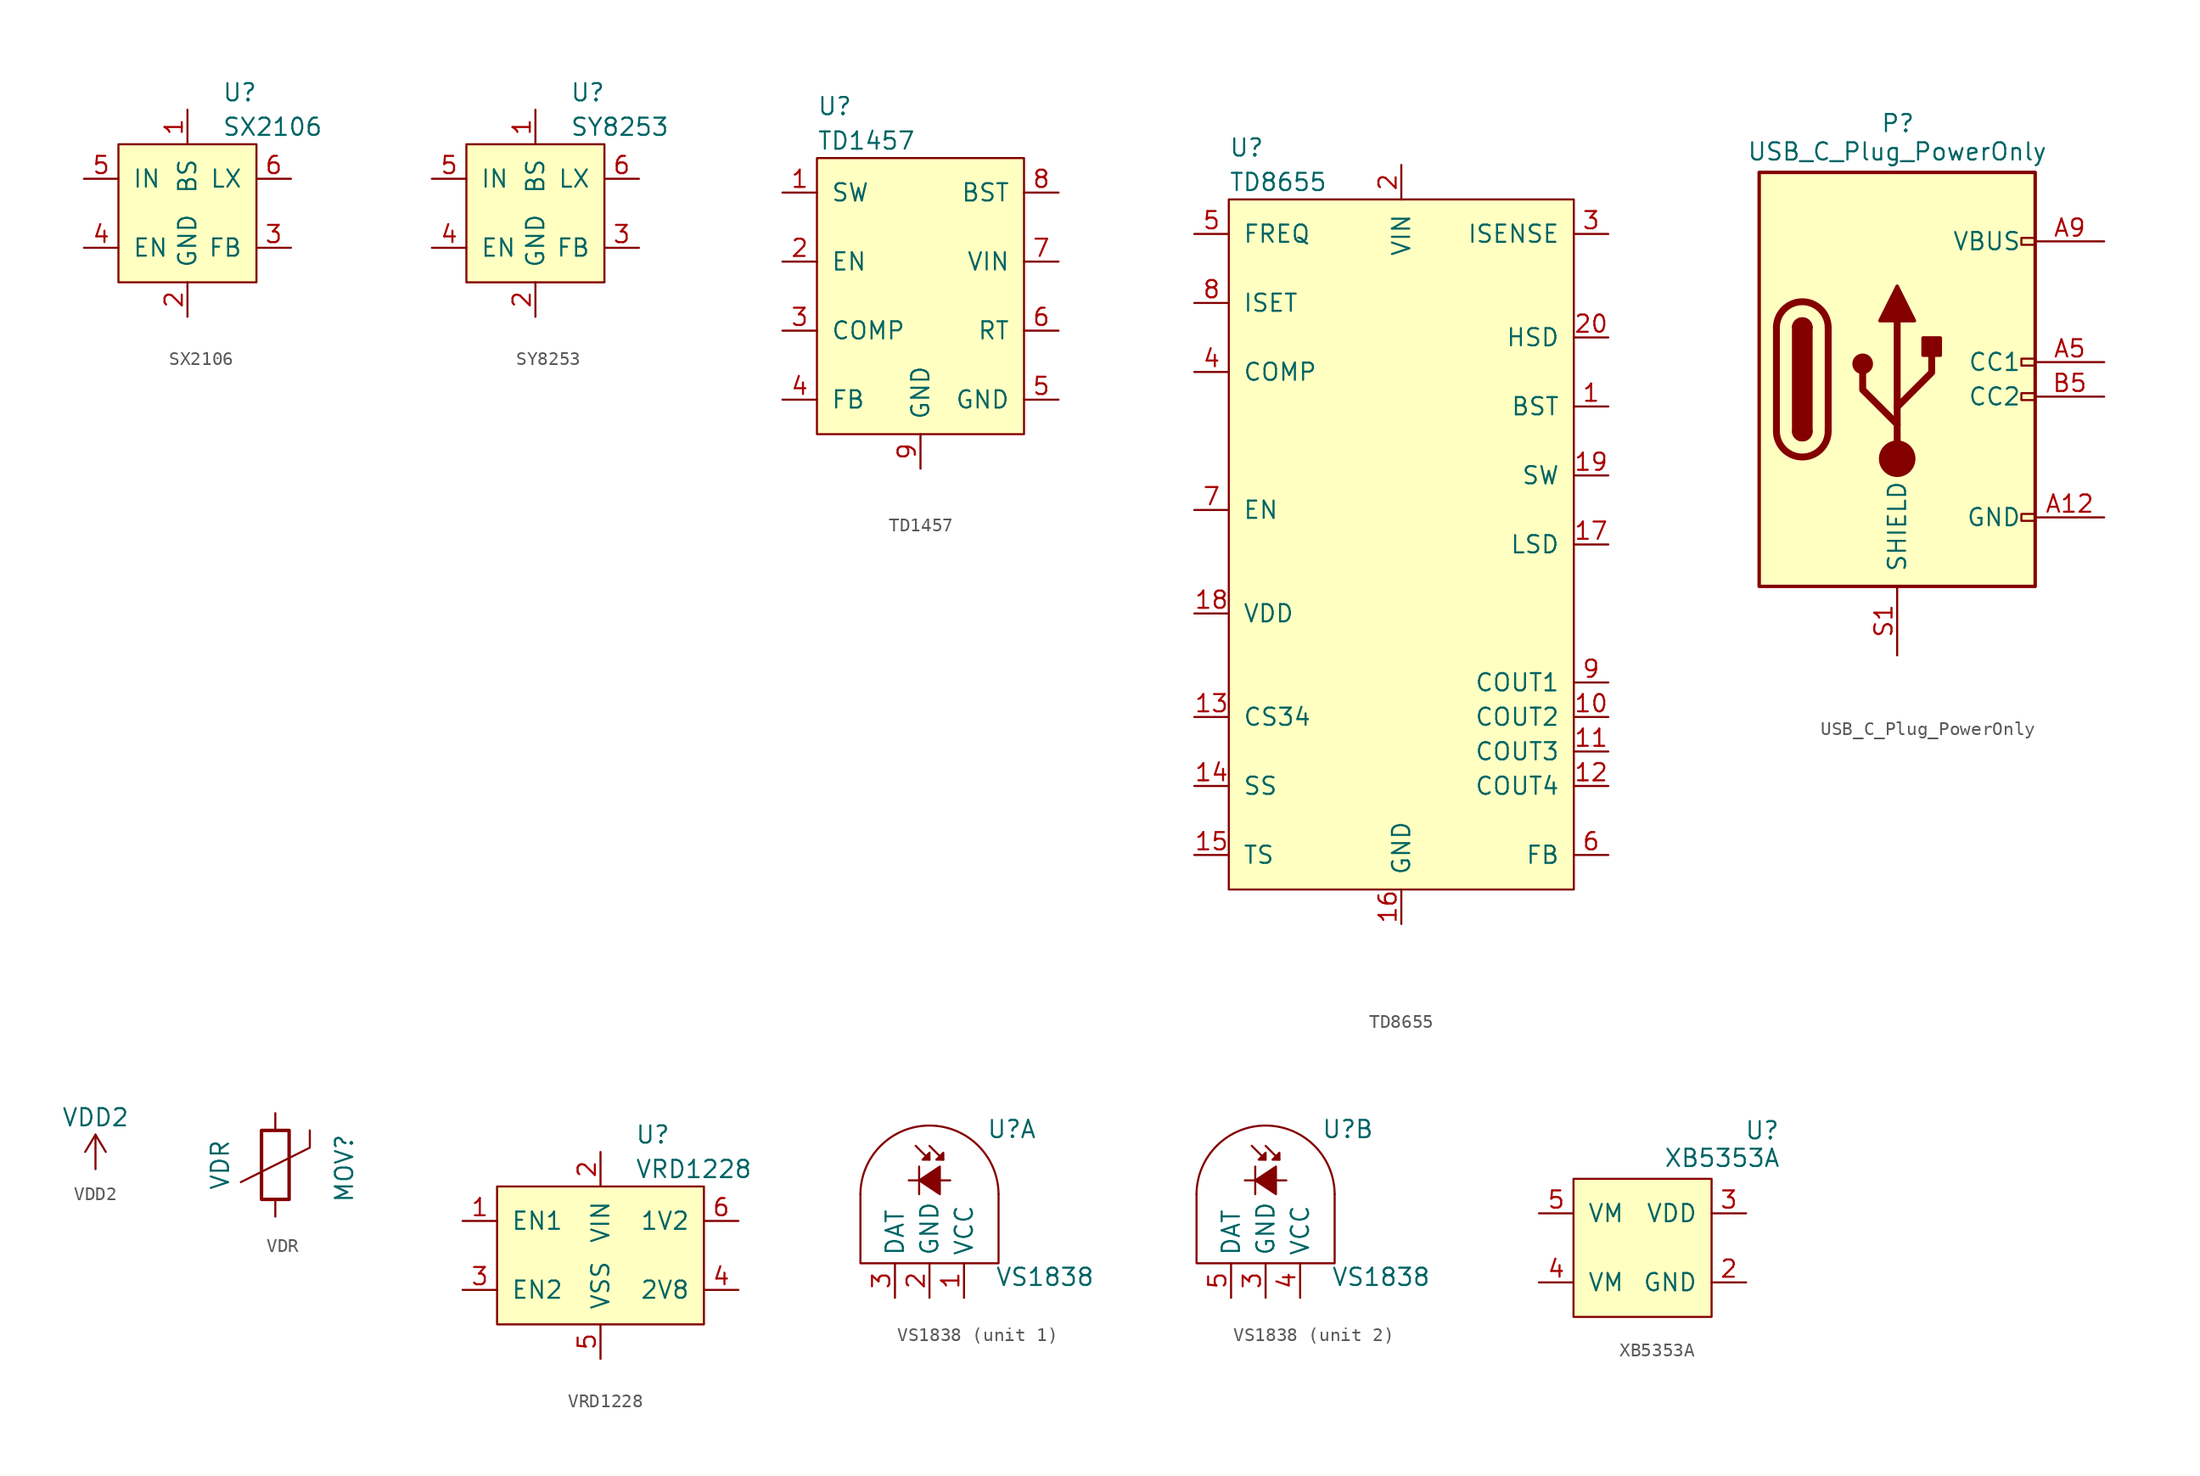
<source format=kicad_sym>
(kicad_symbol_lib
  (version 20231120)
  (generator "kicad_symbol_editor")
  (generator_version "8.0")
  (symbol "SX2106"
    (pin_names
      (offset 1.016))
    (property "Reference" "U"
      (at 2.54 8.89 0)
      (effects (font (size 1.27 1.27)) (justify left)))
    (property "Value" "SX2106"
      (at 2.54 6.35 0)
      (effects (font (size 1.27 1.27)) (justify left)))
    (symbol "SX2106_0_1"
      (rectangle (start -5.08 5.08) (end 5.08 -5.08) (stroke (width 0) (type default)) (fill (type background))))
    (symbol "SX2106_1_1"
      (pin input line (at 0 7.62 270) (length 2.54) (name "BS" (effects (font (size 1.27 1.27)))) (number "1" (effects (font (size 1.27 1.27)))))
      (pin power_in line (at 0 -7.62 90) (length 2.54) (name "GND" (effects (font (size 1.27 1.27)))) (number "2" (effects (font (size 1.27 1.27)))))
      (pin input line (at 7.62 -2.54 180) (length 2.54) (name "FB" (effects (font (size 1.27 1.27)))) (number "3" (effects (font (size 1.27 1.27)))))
      (pin input line (at -7.62 -2.54 0) (length 2.54) (name "EN" (effects (font (size 1.27 1.27)))) (number "4" (effects (font (size 1.27 1.27)))))
      (pin power_in line (at -7.62 2.54 0) (length 2.54) (name "IN" (effects (font (size 1.27 1.27)))) (number "5" (effects (font (size 1.27 1.27)))))
      (pin power_out line (at 7.62 2.54 180) (length 2.54) (name "LX" (effects (font (size 1.27 1.27)))) (number "6" (effects (font (size 1.27 1.27)))))))
  (symbol "SY8253"
    (pin_names
      (offset 1.016))
    (property "Reference" "U"
      (at 2.54 8.89 0)
      (effects (font (size 1.27 1.27)) (justify left)))
    (property "Value" "SY8253"
      (at 2.54 6.35 0)
      (effects (font (size 1.27 1.27)) (justify left)))
    (symbol "SY8253_0_1"
      (rectangle (start -5.08 5.08) (end 5.08 -5.08) (stroke (width 0) (type default)) (fill (type background))))
    (symbol "SY8253_1_1"
      (pin input line (at 0 7.62 270) (length 2.54) (name "BS" (effects (font (size 1.27 1.27)))) (number "1" (effects (font (size 1.27 1.27)))))
      (pin power_in line (at 0 -7.62 90) (length 2.54) (name "GND" (effects (font (size 1.27 1.27)))) (number "2" (effects (font (size 1.27 1.27)))))
      (pin input line (at 7.62 -2.54 180) (length 2.54) (name "FB" (effects (font (size 1.27 1.27)))) (number "3" (effects (font (size 1.27 1.27)))))
      (pin input line (at -7.62 -2.54 0) (length 2.54) (name "EN" (effects (font (size 1.27 1.27)))) (number "4" (effects (font (size 1.27 1.27)))))
      (pin power_in line (at -7.62 2.54 0) (length 2.54) (name "IN" (effects (font (size 1.27 1.27)))) (number "5" (effects (font (size 1.27 1.27)))))
      (pin power_out line (at 7.62 2.54 180) (length 2.54) (name "LX" (effects (font (size 1.27 1.27)))) (number "6" (effects (font (size 1.27 1.27)))))))
  (symbol "TD1457"
    (pin_names
      (offset 1.016))
    (property "Reference" "U"
      (at -7.62 13.97 0)
      (effects (font (size 1.27 1.27)) (justify left)))
    (property "Value" "TD1457"
      (at -7.62 11.43 0)
      (effects (font (size 1.27 1.27)) (justify left)))
    (symbol "TD1457_0_1"
      (rectangle (start -7.62 10.16) (end 7.62 -10.16) (stroke (width 0) (type default)) (fill (type background))))
    (symbol "TD1457_1_1"
      (pin power_out line (at -10.16 7.62 0) (length 2.54) (name "SW" (effects (font (size 1.27 1.27)))) (number "1" (effects (font (size 1.27 1.27)))))
      (pin input line (at -10.16 2.54 0) (length 2.54) (name "EN" (effects (font (size 1.27 1.27)))) (number "2" (effects (font (size 1.27 1.27)))))
      (pin input line (at -10.16 -2.54 0) (length 2.54) (name "COMP" (effects (font (size 1.27 1.27)))) (number "3" (effects (font (size 1.27 1.27)))))
      (pin input line (at -10.16 -7.62 0) (length 2.54) (name "FB" (effects (font (size 1.27 1.27)))) (number "4" (effects (font (size 1.27 1.27)))))
      (pin power_in line (at 10.16 -7.62 180) (length 2.54) (name "GND" (effects (font (size 1.27 1.27)))) (number "5" (effects (font (size 1.27 1.27)))))
      (pin input line (at 10.16 -2.54 180) (length 2.54) (name "RT" (effects (font (size 1.27 1.27)))) (number "6" (effects (font (size 1.27 1.27)))))
      (pin power_in line (at 10.16 2.54 180) (length 2.54) (name "VIN" (effects (font (size 1.27 1.27)))) (number "7" (effects (font (size 1.27 1.27)))))
      (pin input line (at 10.16 7.62 180) (length 2.54) (name "BST" (effects (font (size 1.27 1.27)))) (number "8" (effects (font (size 1.27 1.27)))))
      (pin power_in line (at 0 -12.7 90) (length 2.54) (name "GND" (effects (font (size 1.27 1.27)))) (number "9" (effects (font (size 1.27 1.27)))))))
  (symbol "TD8655"
    (pin_names
      (offset 1.016))
    (property "Reference" "U"
      (at -12.7 29.21 0)
      (effects (font (size 1.27 1.27)) (justify left)))
    (property "Value" "TD8655"
      (at -12.7 26.67 0)
      (effects (font (size 1.27 1.27)) (justify left)))
    (symbol "TD8655_0_1"
      (rectangle (start -12.7 25.4) (end 12.7 -25.4) (stroke (width 0) (type default)) (fill (type background))))
    (symbol "TD8655_1_1"
      (pin input line (at 15.24 10.16 180) (length 2.54) (name "BST" (effects (font (size 1.27 1.27)))) (number "1" (effects (font (size 1.27 1.27)))))
      (pin input line (at 15.24 -12.7 180) (length 2.54) (name "COUT2" (effects (font (size 1.27 1.27)))) (number "10" (effects (font (size 1.27 1.27)))))
      (pin input line (at 15.24 -15.24 180) (length 2.54) (name "COUT3" (effects (font (size 1.27 1.27)))) (number "11" (effects (font (size 1.27 1.27)))))
      (pin input line (at 15.24 -17.78 180) (length 2.54) (name "COUT4" (effects (font (size 1.27 1.27)))) (number "12" (effects (font (size 1.27 1.27)))))
      (pin bidirectional line (at -15.24 -12.7 0) (length 2.54) (name "CS34" (effects (font (size 1.27 1.27)))) (number "13" (effects (font (size 1.27 1.27)))))
      (pin input line (at -15.24 -17.78 0) (length 2.54) (name "SS" (effects (font (size 1.27 1.27)))) (number "14" (effects (font (size 1.27 1.27)))))
      (pin input line (at -15.24 -22.86 0) (length 2.54) (name "TS" (effects (font (size 1.27 1.27)))) (number "15" (effects (font (size 1.27 1.27)))))
      (pin power_in line (at 0 -27.94 90) (length 2.54) (name "GND" (effects (font (size 1.27 1.27)))) (number "16" (effects (font (size 1.27 1.27)))))
      (pin output line (at 15.24 0 180) (length 2.54) (name "LSD" (effects (font (size 1.27 1.27)))) (number "17" (effects (font (size 1.27 1.27)))))
      (pin power_out line (at -15.24 -5.08 0) (length 2.54) (name "VDD" (effects (font (size 1.27 1.27)))) (number "18" (effects (font (size 1.27 1.27)))))
      (pin power_out line (at 15.24 5.08 180) (length 2.54) (name "SW" (effects (font (size 1.27 1.27)))) (number "19" (effects (font (size 1.27 1.27)))))
      (pin power_in line (at 0 27.94 270) (length 2.54) (name "VIN" (effects (font (size 1.27 1.27)))) (number "2" (effects (font (size 1.27 1.27)))))
      (pin output line (at 15.24 15.24 180) (length 2.54) (name "HSD" (effects (font (size 1.27 1.27)))) (number "20" (effects (font (size 1.27 1.27)))))
      (pin power_in line (at 0 -27.94 90) (length 2.54) hide (name "PGND" (effects (font (size 1.27 1.27)))) (number "21" (effects (font (size 1.27 1.27)))))
      (pin input line (at 15.24 22.86 180) (length 2.54) (name "ISENSE" (effects (font (size 1.27 1.27)))) (number "3" (effects (font (size 1.27 1.27)))))
      (pin input line (at -15.24 12.7 0) (length 2.54) (name "COMP" (effects (font (size 1.27 1.27)))) (number "4" (effects (font (size 1.27 1.27)))))
      (pin input line (at -15.24 22.86 0) (length 2.54) (name "FREQ" (effects (font (size 1.27 1.27)))) (number "5" (effects (font (size 1.27 1.27)))))
      (pin input line (at 15.24 -22.86 180) (length 2.54) (name "FB" (effects (font (size 1.27 1.27)))) (number "6" (effects (font (size 1.27 1.27)))))
      (pin input line (at -15.24 2.54 0) (length 2.54) (name "EN" (effects (font (size 1.27 1.27)))) (number "7" (effects (font (size 1.27 1.27)))))
      (pin input line (at -15.24 17.78 0) (length 2.54) (name "ISET" (effects (font (size 1.27 1.27)))) (number "8" (effects (font (size 1.27 1.27)))))
      (pin input line (at 15.24 -10.16 180) (length 2.54) (name "COUT1" (effects (font (size 1.27 1.27)))) (number "9" (effects (font (size 1.27 1.27)))))))
  (symbol "USB_C_Plug_PowerOnly"
    (pin_names
      (offset 1.016))
    (property "Reference" "P"
      (at 0.051 18.847 0)
      (effects (font (size 1.27 1.27))))
    (property "Value" "USB_C_Plug_PowerOnly"
      (at 0 16.764 0)
      (effects (font (size 1.27 1.27))))
    (symbol "USB_C_Plug_PowerOnly_0_0"
      (rectangle (start 10.16 -9.906) (end 9.144 -10.414) (stroke (width 0) (type default)) (fill (type none)))
      (rectangle (start 10.16 -1.016) (end 9.144 -1.524) (stroke (width 0) (type default)) (fill (type none)))
      (rectangle (start 10.16 1.524) (end 9.144 1.016) (stroke (width 0) (type default)) (fill (type none)))
      (rectangle (start 10.16 10.414) (end 9.144 9.906) (stroke (width 0) (type default)) (fill (type none))))
    (symbol "USB_C_Plug_PowerOnly_0_1"
      (rectangle (start -10.16 15.24) (end 10.16 -15.24) (stroke (width 0.254) (type default)) (fill (type background)))
      (arc (start -8.89 -3.81) (mid -6.985 -5.7067) (end -5.08 -3.81) (stroke (width 0.508) (type default)) (fill (type none)))
      (arc (start -7.62 -3.81) (mid -6.985 -4.4423) (end -6.35 -3.81) (stroke (width 0.254) (type default)) (fill (type none)))
      (arc (start -7.62 -3.81) (mid -6.985 -4.4423) (end -6.35 -3.81) (stroke (width 0.254) (type default)) (fill (type outline)))
      (rectangle (start -7.62 -3.81) (end -6.35 3.81) (stroke (width 0.254) (type default)) (fill (type outline)))
      (arc (start -6.35 3.81) (mid -6.985 4.4423) (end -7.62 3.81) (stroke (width 0.254) (type default)) (fill (type none)))
      (arc (start -6.35 3.81) (mid -6.985 4.4423) (end -7.62 3.81) (stroke (width 0.254) (type default)) (fill (type outline)))
      (arc (start -5.08 3.81) (mid -6.985 5.7067) (end -8.89 3.81) (stroke (width 0.508) (type default)) (fill (type none)))
      (polyline (pts (xy -8.89 -3.81) (xy -8.89 3.81)) (stroke (width 0.508) (type default)) (fill (type none)))
      (polyline (pts (xy -5.08 3.81) (xy -5.08 -3.81)) (stroke (width 0.508) (type default)) (fill (type none))))
    (symbol "USB_C_Plug_PowerOnly_1_1"
      (circle (center -2.54 1.143) (radius 0.635) (stroke (width 0.254) (type default)) (fill (type outline)))
      (circle (center 0 -5.842) (radius 1.27) (stroke (width 0) (type default)) (fill (type outline)))
      (polyline (pts (xy 0 -5.842) (xy 0 4.318)) (stroke (width 0.508) (type default)) (fill (type none)))
      (polyline (pts (xy 0 -3.302) (xy -2.54 -0.762) (xy -2.54 0.508)) (stroke (width 0.508) (type default)) (fill (type none)))
      (polyline (pts (xy 0 -2.032) (xy 2.54 0.508) (xy 2.54 1.778)) (stroke (width 0.508) (type default)) (fill (type none)))
      (polyline (pts (xy -1.27 4.318) (xy 0 6.858) (xy 1.27 4.318) (xy -1.27 4.318)) (stroke (width 0.254) (type default)) (fill (type outline)))
      (rectangle (start 1.905 1.778) (end 3.175 3.048) (stroke (width 0.254) (type default)) (fill (type outline)))
      (pin passive line (at 15.24 -10.16 180) (length 5.08) (name "GND" (effects (font (size 1.27 1.27)))) (number "A12" (effects (font (size 1.27 1.27)))))
      (pin bidirectional line (at 15.24 1.27 180) (length 5.08) (name "CC1" (effects (font (size 1.27 1.27)))) (number "A5" (effects (font (size 1.27 1.27)))))
      (pin passive line (at 15.24 10.16 180) (length 5.08) (name "VBUS" (effects (font (size 1.27 1.27)))) (number "A9" (effects (font (size 1.27 1.27)))))
      (pin passive line (at 15.24 -10.16 180) (length 5.08) hide (name "GND" (effects (font (size 1.27 1.27)))) (number "B12" (effects (font (size 1.27 1.27)))))
      (pin bidirectional line (at 15.24 -1.27 180) (length 5.08) (name "CC2" (effects (font (size 1.27 1.27)))) (number "B5" (effects (font (size 1.27 1.27)))))
      (pin passive line (at 15.24 10.16 180) (length 5.08) hide (name "VBUS" (effects (font (size 1.27 1.27)))) (number "B9" (effects (font (size 1.27 1.27)))))
      (pin passive line (at 0 -20.32 90) (length 5.08) (name "SHIELD" (effects (font (size 1.27 1.27)))) (number "S1" (effects (font (size 1.27 1.27)))))))
  (symbol "VDD2"
    (power)
    (pin_names
      (offset 0))
    (property "Reference" "#PWR"
      (at 0 -3.81 0)
      (effects (font (size 1.27 1.27)) (hide yes)))
    (property "Value" "VDD2"
      (at 0 3.81 0)
      (effects (font (size 1.27 1.27))))
    (symbol "VDD2_0_1"
      (polyline (pts (xy -0.762 1.27) (xy 0 2.54)) (stroke (width 0) (type default)) (fill (type none)))
      (polyline (pts (xy 0 0) (xy 0 2.54)) (stroke (width 0) (type default)) (fill (type none)))
      (polyline (pts (xy 0 2.54) (xy 0.762 1.27)) (stroke (width 0) (type default)) (fill (type none))))
    (symbol "VDD2_1_1"
      (pin power_in line (at 0 0 90) (length 0) hide (name "VDD2" (effects (font (size 1.27 1.27)))) (number "1" (effects (font (size 1.27 1.27)))))))
  (symbol "VDR"
    (pin_numbers hide)
    (pin_names
      (offset 0))
    (property "Reference" "MOV"
      (at 5.08 -0.254 90)
      (effects (font (size 1.27 1.27))))
    (property "Value" "VDR"
      (at -4.064 0 90)
      (effects (font (size 1.27 1.27))))
    (symbol "VDR_0_1"
      (rectangle (start -1.016 -2.54) (end 1.016 2.54) (stroke (width 0.254) (type default)) (fill (type none)))
      (polyline (pts (xy -2.54 -1.27) (xy 2.54 1.27) (xy 2.54 2.54)) (stroke (width 0) (type default)) (fill (type none))))
    (symbol "VDR_1_1"
      (pin passive line (at 0 3.81 270) (length 1.27) (name "~" (effects (font (size 1.27 1.27)))) (number "1" (effects (font (size 1.27 1.27)))))
      (pin passive line (at 0 -3.81 90) (length 1.27) (name "~" (effects (font (size 1.27 1.27)))) (number "2" (effects (font (size 1.27 1.27)))))))
  (symbol "VRD1228"
    (pin_names
      (offset 1.016))
    (property "Reference" "U"
      (at 2.54 8.89 0)
      (effects (font (size 1.27 1.27)) (justify left)))
    (property "Value" "VRD1228"
      (at 2.54 6.35 0)
      (effects (font (size 1.27 1.27)) (justify left)))
    (symbol "VRD1228_0_1"
      (rectangle (start -7.62 5.08) (end 7.62 -5.08) (stroke (width 0) (type default)) (fill (type background))))
    (symbol "VRD1228_1_1"
      (pin input line (at -10.16 2.54 0) (length 2.54) (name "EN1" (effects (font (size 1.27 1.27)))) (number "1" (effects (font (size 1.27 1.27)))))
      (pin power_in line (at 0 7.62 270) (length 2.54) (name "VIN" (effects (font (size 1.27 1.27)))) (number "2" (effects (font (size 1.27 1.27)))))
      (pin input line (at -10.16 -2.54 0) (length 2.54) (name "EN2" (effects (font (size 1.27 1.27)))) (number "3" (effects (font (size 1.27 1.27)))))
      (pin power_out line (at 10.16 -2.54 180) (length 2.54) (name "2V8" (effects (font (size 1.27 1.27)))) (number "4" (effects (font (size 1.27 1.27)))))
      (pin power_in line (at 0 -7.62 90) (length 2.54) (name "VSS" (effects (font (size 1.27 1.27)))) (number "5" (effects (font (size 1.27 1.27)))))
      (pin power_out line (at 10.16 2.54 180) (length 2.54) (name "1V2" (effects (font (size 1.27 1.27)))) (number "6" (effects (font (size 1.27 1.27)))))))
  (symbol "VS1838"
    (property "Reference" "U"
      (at 6.045 9.855 0)
      (effects (font (size 1.27 1.27))))
    (property "Value" "VS1838"
      (at 4.826 -1.016 0)
      (effects (font (size 1.27 1.27)) (justify left)))
    (symbol "VS1838_0_1"
      (polyline (pts (xy -1.524 6.096) (xy 1.524 6.096)) (stroke (width 0) (type default)) (fill (type none)))
      (polyline (pts (xy -1.016 8.636) (xy 0 7.62)) (stroke (width 0) (type default)) (fill (type none)))
      (polyline (pts (xy -0.762 7.112) (xy -0.762 5.08)) (stroke (width 0) (type default)) (fill (type none)))
      (polyline (pts (xy 0 8.636) (xy 1.016 7.62)) (stroke (width 0) (type default)) (fill (type none)))
      (polyline (pts (xy -5.08 5.08) (xy -5.08 0) (xy 5.08 0) (xy 5.08 5.08)) (stroke (width 0) (type default)) (fill (type none)))
      (polyline (pts (xy 0.762 7.112) (xy -0.762 6.096) (xy 0.762 5.08) (xy 0.762 7.112)) (stroke (width 0) (type default)) (fill (type outline)))
      (polyline (pts (xy 0 8.128) (xy -0.508 7.62) (xy 0 7.62) (xy 0 8.077) (xy 0 8.128)) (stroke (width 0) (type default)) (fill (type outline)))
      (polyline (pts (xy 1.016 8.128) (xy 0.508 7.62) (xy 1.016 7.62) (xy 1.016 8.077) (xy 1.016 8.128)) (stroke (width 0) (type default)) (fill (type outline)))
      (arc (start 5.08 5.08) (mid 0 10.1282) (end -5.08 5.08) (stroke (width 0) (type default)) (fill (type none))))
    (symbol "VS1838_1_1"
      (pin power_in line (at 2.54 -2.54 90) (length 2.54) (name "VCC" (effects (font (size 1.27 1.27)))) (number "1" (effects (font (size 1.27 1.27)))))
      (pin power_in line (at 0 -2.54 90) (length 2.54) (name "GND" (effects (font (size 1.27 1.27)))) (number "2" (effects (font (size 1.27 1.27)))))
      (pin output line (at -2.54 -2.54 90) (length 2.54) (name "DAT" (effects (font (size 1.27 1.27)))) (number "3" (effects (font (size 1.27 1.27))))))
    (symbol "VS1838_2_1"
      (pin power_in line (at 0 -2.54 90) (length 2.54) (name "GND" (effects (font (size 1.27 1.27)))) (number "3" (effects (font (size 1.27 1.27)))))
      (pin power_in line (at 2.54 -2.54 90) (length 2.54) (name "VCC" (effects (font (size 1.27 1.27)))) (number "4" (effects (font (size 1.27 1.27)))))
      (pin output line (at -2.54 -2.54 90) (length 2.54) (name "DAT" (effects (font (size 1.27 1.27)))) (number "5" (effects (font (size 1.27 1.27)))))))
  (symbol "XB5353A"
    (pin_names
      (offset 1.016))
    (property "Reference" "U"
      (at 10.109 8.636 0)
      (effects (font (size 1.27 1.27)) (justify right)))
    (property "Value" "XB5353A"
      (at 10.16 6.604 0)
      (effects (font (size 1.27 1.27)) (justify right)))
    (symbol "XB5353A_0_1"
      (rectangle (start -5.08 5.08) (end 5.08 -5.08) (stroke (width 0) (type default)) (fill (type background))))
    (symbol "XB5353A_1_1"
      (pin input line (at 7.62 0 180) (length 2.54) hide (name "VT" (effects (font (size 1.27 1.27)))) (number "1" (effects (font (size 1.27 1.27)))))
      (pin power_in line (at 7.62 -2.54 180) (length 2.54) (name "GND" (effects (font (size 1.27 1.27)))) (number "2" (effects (font (size 1.27 1.27)))))
      (pin power_in line (at 7.62 2.54 180) (length 2.54) (name "VDD" (effects (font (size 1.27 1.27)))) (number "3" (effects (font (size 1.27 1.27)))))
      (pin power_in line (at -7.62 -2.54 0) (length 2.54) (name "VM" (effects (font (size 1.27 1.27)))) (number "4" (effects (font (size 1.27 1.27)))))
      (pin power_in line (at -7.62 2.54 0) (length 2.54) (name "VM" (effects (font (size 1.27 1.27)))) (number "5" (effects (font (size 1.27 1.27))))))))
</source>
